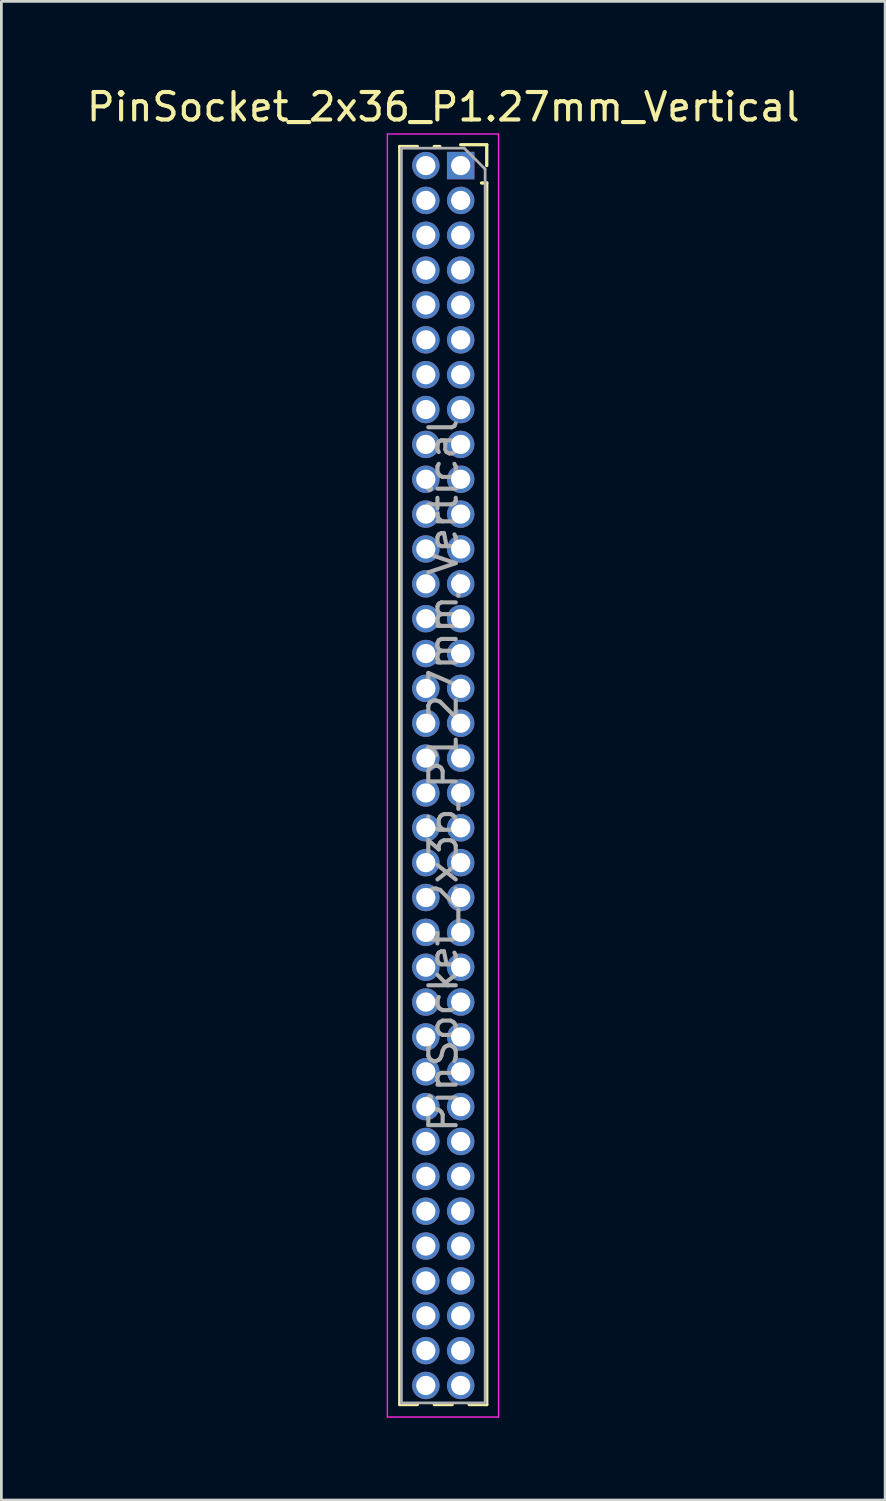
<source format=kicad_pcb>
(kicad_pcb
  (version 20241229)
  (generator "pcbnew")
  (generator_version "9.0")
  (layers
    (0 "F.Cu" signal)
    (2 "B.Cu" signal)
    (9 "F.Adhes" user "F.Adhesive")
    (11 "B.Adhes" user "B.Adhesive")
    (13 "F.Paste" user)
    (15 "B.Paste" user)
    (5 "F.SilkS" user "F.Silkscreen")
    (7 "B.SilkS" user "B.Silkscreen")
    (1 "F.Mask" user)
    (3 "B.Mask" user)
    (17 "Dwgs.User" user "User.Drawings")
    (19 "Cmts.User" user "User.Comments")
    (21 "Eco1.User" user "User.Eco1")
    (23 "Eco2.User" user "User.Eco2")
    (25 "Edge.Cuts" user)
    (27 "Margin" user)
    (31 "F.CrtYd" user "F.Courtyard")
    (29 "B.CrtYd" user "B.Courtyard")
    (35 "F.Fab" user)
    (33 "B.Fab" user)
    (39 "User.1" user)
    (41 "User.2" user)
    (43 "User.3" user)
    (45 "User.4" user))
  (footprint "PinSocket_2x36_P1.27mm_Vertical"
    (layer "F.Cu")
    (at 13.736 2.983)
    (property "Reference" "PinSocket_2x36_P1.27mm_Vertical" (at -0.635 -2.135 0) (layer "F.SilkS") (effects (font (size 1 1) (thickness 0.15))))
    (attr through_hole)
    (fp_line (start -2.22 -0.695) (end -2.22 45.145) (stroke (width 0.12) (type solid)) (layer "F.SilkS"))
    (fp_line (start -2.22 -0.695) (end -1.578 -0.695) (stroke (width 0.12) (type solid)) (layer "F.SilkS"))
    (fp_line (start -2.22 45.145) (end -1.578 45.145) (stroke (width 0.12) (type solid)) (layer "F.SilkS"))
    (fp_line (start -0.962 -0.695) (end -0.76 -0.695) (stroke (width 0.12) (type solid)) (layer "F.SilkS"))
    (fp_line (start -0.962 45.145) (end -0.308 45.145) (stroke (width 0.12) (type solid)) (layer "F.SilkS"))
    (fp_line (start 0 -0.76) (end 0.95 -0.76) (stroke (width 0.12) (type solid)) (layer "F.SilkS"))
    (fp_line (start 0.308 45.145) (end 0.95 45.145) (stroke (width 0.12) (type solid)) (layer "F.SilkS"))
    (fp_line (start 0.76 0.635) (end 0.95 0.635) (stroke (width 0.12) (type solid)) (layer "F.SilkS"))
    (fp_line (start 0.95 -0.76) (end 0.95 0) (stroke (width 0.12) (type solid)) (layer "F.SilkS"))
    (fp_line (start 0.95 0.635) (end 0.95 45.145) (stroke (width 0.12) (type solid)) (layer "F.SilkS"))
    (fp_line (start -2.67 -1.15) (end 1.38 -1.15) (stroke (width 0.05) (type solid)) (layer "F.CrtYd"))
    (fp_line (start -2.67 45.6) (end -2.67 -1.15) (stroke (width 0.05) (type solid)) (layer "F.CrtYd"))
    (fp_line (start 1.38 -1.15) (end 1.38 45.6) (stroke (width 0.05) (type solid)) (layer "F.CrtYd"))
    (fp_line (start 1.38 45.6) (end -2.67 45.6) (stroke (width 0.05) (type solid)) (layer "F.CrtYd"))
    (fp_line (start -2.16 -0.635) (end 0.128 -0.635) (stroke (width 0.1) (type solid)) (layer "F.Fab"))
    (fp_line (start -2.16 45.085) (end -2.16 -0.635) (stroke (width 0.1) (type solid)) (layer "F.Fab"))
    (fp_line (start 0.128 -0.635) (end 0.89 0.128) (stroke (width 0.1) (type solid)) (layer "F.Fab"))
    (fp_line (start 0.89 0.128) (end 0.89 45.085) (stroke (width 0.1) (type solid)) (layer "F.Fab"))
    (fp_line (start 0.89 45.085) (end -2.16 45.085) (stroke (width 0.1) (type solid)) (layer "F.Fab"))
    (fp_text user "${REFERENCE}" (at -0.635 22.225 90) (layer "F.Fab") (effects (font (size 1 1) (thickness 0.15))))
    (pad "1" thru_hole rect (at 0 0) (size 1 1) (drill 0.7) (layers "*.Cu" "*.Mask"))
    (pad "2" thru_hole circle (at -1.27 0) (size 1 1) (drill 0.7) (layers "*.Cu" "*.Mask"))
    (pad "3" thru_hole circle (at 0 1.27) (size 1 1) (drill 0.7) (layers "*.Cu" "*.Mask"))
    (pad "4" thru_hole circle (at -1.27 1.27) (size 1 1) (drill 0.7) (layers "*.Cu" "*.Mask"))
    (pad "5" thru_hole circle (at 0 2.54) (size 1 1) (drill 0.7) (layers "*.Cu" "*.Mask"))
    (pad "6" thru_hole circle (at -1.27 2.54) (size 1 1) (drill 0.7) (layers "*.Cu" "*.Mask"))
    (pad "7" thru_hole circle (at 0 3.81) (size 1 1) (drill 0.7) (layers "*.Cu" "*.Mask"))
    (pad "8" thru_hole circle (at -1.27 3.81) (size 1 1) (drill 0.7) (layers "*.Cu" "*.Mask"))
    (pad "9" thru_hole circle (at 0 5.08) (size 1 1) (drill 0.7) (layers "*.Cu" "*.Mask"))
    (pad "10" thru_hole circle (at -1.27 5.08) (size 1 1) (drill 0.7) (layers "*.Cu" "*.Mask"))
    (pad "11" thru_hole circle (at 0 6.35) (size 1 1) (drill 0.7) (layers "*.Cu" "*.Mask"))
    (pad "12" thru_hole circle (at -1.27 6.35) (size 1 1) (drill 0.7) (layers "*.Cu" "*.Mask"))
    (pad "13" thru_hole circle (at 0 7.62) (size 1 1) (drill 0.7) (layers "*.Cu" "*.Mask"))
    (pad "14" thru_hole circle (at -1.27 7.62) (size 1 1) (drill 0.7) (layers "*.Cu" "*.Mask"))
    (pad "15" thru_hole circle (at 0 8.89) (size 1 1) (drill 0.7) (layers "*.Cu" "*.Mask"))
    (pad "16" thru_hole circle (at -1.27 8.89) (size 1 1) (drill 0.7) (layers "*.Cu" "*.Mask"))
    (pad "17" thru_hole circle (at 0 10.16) (size 1 1) (drill 0.7) (layers "*.Cu" "*.Mask"))
    (pad "18" thru_hole circle (at -1.27 10.16) (size 1 1) (drill 0.7) (layers "*.Cu" "*.Mask"))
    (pad "19" thru_hole circle (at 0 11.43) (size 1 1) (drill 0.7) (layers "*.Cu" "*.Mask"))
    (pad "20" thru_hole circle (at -1.27 11.43) (size 1 1) (drill 0.7) (layers "*.Cu" "*.Mask"))
    (pad "21" thru_hole circle (at 0 12.7) (size 1 1) (drill 0.7) (layers "*.Cu" "*.Mask"))
    (pad "22" thru_hole circle (at -1.27 12.7) (size 1 1) (drill 0.7) (layers "*.Cu" "*.Mask"))
    (pad "23" thru_hole circle (at 0 13.97) (size 1 1) (drill 0.7) (layers "*.Cu" "*.Mask"))
    (pad "24" thru_hole circle (at -1.27 13.97) (size 1 1) (drill 0.7) (layers "*.Cu" "*.Mask"))
    (pad "25" thru_hole circle (at 0 15.24) (size 1 1) (drill 0.7) (layers "*.Cu" "*.Mask"))
    (pad "26" thru_hole circle (at -1.27 15.24) (size 1 1) (drill 0.7) (layers "*.Cu" "*.Mask"))
    (pad "27" thru_hole circle (at 0 16.51) (size 1 1) (drill 0.7) (layers "*.Cu" "*.Mask"))
    (pad "28" thru_hole circle (at -1.27 16.51) (size 1 1) (drill 0.7) (layers "*.Cu" "*.Mask"))
    (pad "29" thru_hole circle (at 0 17.78) (size 1 1) (drill 0.7) (layers "*.Cu" "*.Mask"))
    (pad "30" thru_hole circle (at -1.27 17.78) (size 1 1) (drill 0.7) (layers "*.Cu" "*.Mask"))
    (pad "31" thru_hole circle (at 0 19.05) (size 1 1) (drill 0.7) (layers "*.Cu" "*.Mask"))
    (pad "32" thru_hole circle (at -1.27 19.05) (size 1 1) (drill 0.7) (layers "*.Cu" "*.Mask"))
    (pad "33" thru_hole circle (at 0 20.32) (size 1 1) (drill 0.7) (layers "*.Cu" "*.Mask"))
    (pad "34" thru_hole circle (at -1.27 20.32) (size 1 1) (drill 0.7) (layers "*.Cu" "*.Mask"))
    (pad "35" thru_hole circle (at 0 21.59) (size 1 1) (drill 0.7) (layers "*.Cu" "*.Mask"))
    (pad "36" thru_hole circle (at -1.27 21.59) (size 1 1) (drill 0.7) (layers "*.Cu" "*.Mask"))
    (pad "37" thru_hole circle (at 0 22.86) (size 1 1) (drill 0.7) (layers "*.Cu" "*.Mask"))
    (pad "38" thru_hole circle (at -1.27 22.86) (size 1 1) (drill 0.7) (layers "*.Cu" "*.Mask"))
    (pad "39" thru_hole circle (at 0 24.13) (size 1 1) (drill 0.7) (layers "*.Cu" "*.Mask"))
    (pad "40" thru_hole circle (at -1.27 24.13) (size 1 1) (drill 0.7) (layers "*.Cu" "*.Mask"))
    (pad "41" thru_hole circle (at 0 25.4) (size 1 1) (drill 0.7) (layers "*.Cu" "*.Mask"))
    (pad "42" thru_hole circle (at -1.27 25.4) (size 1 1) (drill 0.7) (layers "*.Cu" "*.Mask"))
    (pad "43" thru_hole circle (at 0 26.67) (size 1 1) (drill 0.7) (layers "*.Cu" "*.Mask"))
    (pad "44" thru_hole circle (at -1.27 26.67) (size 1 1) (drill 0.7) (layers "*.Cu" "*.Mask"))
    (pad "45" thru_hole circle (at 0 27.94) (size 1 1) (drill 0.7) (layers "*.Cu" "*.Mask"))
    (pad "46" thru_hole circle (at -1.27 27.94) (size 1 1) (drill 0.7) (layers "*.Cu" "*.Mask"))
    (pad "47" thru_hole circle (at 0 29.21) (size 1 1) (drill 0.7) (layers "*.Cu" "*.Mask"))
    (pad "48" thru_hole circle (at -1.27 29.21) (size 1 1) (drill 0.7) (layers "*.Cu" "*.Mask"))
    (pad "49" thru_hole circle (at 0 30.48) (size 1 1) (drill 0.7) (layers "*.Cu" "*.Mask"))
    (pad "50" thru_hole circle (at -1.27 30.48) (size 1 1) (drill 0.7) (layers "*.Cu" "*.Mask"))
    (pad "51" thru_hole circle (at 0 31.75) (size 1 1) (drill 0.7) (layers "*.Cu" "*.Mask"))
    (pad "52" thru_hole circle (at -1.27 31.75) (size 1 1) (drill 0.7) (layers "*.Cu" "*.Mask"))
    (pad "53" thru_hole circle (at 0 33.02) (size 1 1) (drill 0.7) (layers "*.Cu" "*.Mask"))
    (pad "54" thru_hole circle (at -1.27 33.02) (size 1 1) (drill 0.7) (layers "*.Cu" "*.Mask"))
    (pad "55" thru_hole circle (at 0 34.29) (size 1 1) (drill 0.7) (layers "*.Cu" "*.Mask"))
    (pad "56" thru_hole circle (at -1.27 34.29) (size 1 1) (drill 0.7) (layers "*.Cu" "*.Mask"))
    (pad "57" thru_hole circle (at 0 35.56) (size 1 1) (drill 0.7) (layers "*.Cu" "*.Mask"))
    (pad "58" thru_hole circle (at -1.27 35.56) (size 1 1) (drill 0.7) (layers "*.Cu" "*.Mask"))
    (pad "59" thru_hole circle (at 0 36.83) (size 1 1) (drill 0.7) (layers "*.Cu" "*.Mask"))
    (pad "60" thru_hole circle (at -1.27 36.83) (size 1 1) (drill 0.7) (layers "*.Cu" "*.Mask"))
    (pad "61" thru_hole circle (at 0 38.1) (size 1 1) (drill 0.7) (layers "*.Cu" "*.Mask"))
    (pad "62" thru_hole circle (at -1.27 38.1) (size 1 1) (drill 0.7) (layers "*.Cu" "*.Mask"))
    (pad "63" thru_hole circle (at 0 39.37) (size 1 1) (drill 0.7) (layers "*.Cu" "*.Mask"))
    (pad "64" thru_hole circle (at -1.27 39.37) (size 1 1) (drill 0.7) (layers "*.Cu" "*.Mask"))
    (pad "65" thru_hole circle (at 0 40.64) (size 1 1) (drill 0.7) (layers "*.Cu" "*.Mask"))
    (pad "66" thru_hole circle (at -1.27 40.64) (size 1 1) (drill 0.7) (layers "*.Cu" "*.Mask"))
    (pad "67" thru_hole circle (at 0 41.91) (size 1 1) (drill 0.7) (layers "*.Cu" "*.Mask"))
    (pad "68" thru_hole circle (at -1.27 41.91) (size 1 1) (drill 0.7) (layers "*.Cu" "*.Mask"))
    (pad "69" thru_hole circle (at 0 43.18) (size 1 1) (drill 0.7) (layers "*.Cu" "*.Mask"))
    (pad "70" thru_hole circle (at -1.27 43.18) (size 1 1) (drill 0.7) (layers "*.Cu" "*.Mask"))
    (pad "71" thru_hole circle (at 0 44.45) (size 1 1) (drill 0.7) (layers "*.Cu" "*.Mask"))
    (pad "72" thru_hole circle (at -1.27 44.45) (size 1 1) (drill 0.7) (layers "*.Cu" "*.Mask")))
  (gr_rect
    (start -3 -3)
    (end 29.202 51.608)
    (stroke (width 0.1) (type default))
    (fill no)
    (layer "Edge.Cuts")))
</source>
